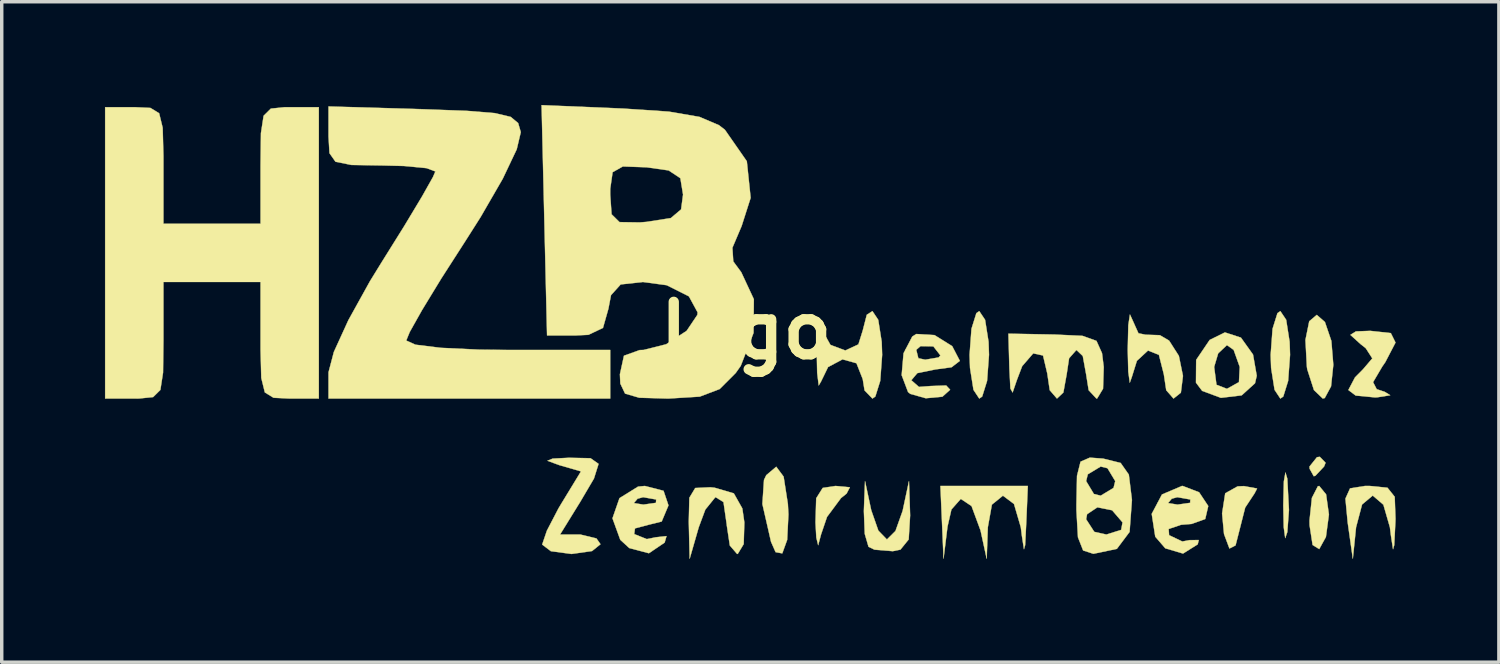
<source format=kicad_pcb>
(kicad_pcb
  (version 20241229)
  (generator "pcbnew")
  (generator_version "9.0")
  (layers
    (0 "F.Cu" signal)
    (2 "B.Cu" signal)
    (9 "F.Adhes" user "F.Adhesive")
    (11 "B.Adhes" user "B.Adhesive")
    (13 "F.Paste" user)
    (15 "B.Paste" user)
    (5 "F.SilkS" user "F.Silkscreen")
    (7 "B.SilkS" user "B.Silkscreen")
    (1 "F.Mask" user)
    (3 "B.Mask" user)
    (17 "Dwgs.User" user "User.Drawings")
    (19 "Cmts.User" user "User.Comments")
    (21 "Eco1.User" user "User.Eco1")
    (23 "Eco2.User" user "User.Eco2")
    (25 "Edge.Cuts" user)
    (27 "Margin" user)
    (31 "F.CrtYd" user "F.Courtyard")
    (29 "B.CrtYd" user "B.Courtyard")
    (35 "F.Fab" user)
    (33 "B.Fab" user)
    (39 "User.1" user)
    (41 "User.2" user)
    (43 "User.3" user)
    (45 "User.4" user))
  (footprint "logo"
    (layer "F.Cu")
    (at 18.632 6.555)
    (property "Reference" "logo" (at 0 0 0) (layer "F.SilkS") (effects (font (size 1.524 1.524) (thickness 0.3))))
    (attr through_hole)
    (fp_poly (pts (xy 15.724 4.304) (xy 15.772 5.215) (xy 15.724 5.856) (xy 15.663 6.031) (xy 15.62 5.711) (xy 15.607 5.08) (xy 15.624 4.383) (xy 15.67 4.122) (xy 15.724 4.304)) (stroke (width 0.01) (type solid)) (fill yes) (layer "F.SilkS"))
    (fp_poly (pts (xy 16.836 3.842) (xy 16.792 3.951) (xy 16.539 4.22) (xy 16.493 4.233) (xy 16.372 4.015) (xy 16.369 3.951) (xy 16.586 3.68) (xy 16.668 3.669) (xy 16.836 3.842)) (stroke (width 0.01) (type solid)) (fill yes) (layer "F.SilkS"))
    (fp_poly (pts (xy 16.851 4.76) (xy 16.933 5.346) (xy 16.846 5.997) (xy 16.651 6.35) (xy 16.459 6.231) (xy 16.371 5.656) (xy 16.369 5.52) (xy 16.439 4.861) (xy 16.611 4.526) (xy 16.651 4.516) (xy 16.851 4.76)) (stroke (width 0.01) (type solid)) (fill yes) (layer "F.SilkS"))
    (fp_poly (pts (xy 1.088 4.245) (xy 1.212 5.04) (xy 1.228 5.343) (xy 1.191 6.082) (xy 1.049 6.475) (xy 0.855 6.439) (xy 0.722 6.138) (xy 0.471 5.041) (xy 0.518 4.339) (xy 0.584 4.202) (xy 0.874 3.957) (xy 1.088 4.245)) (stroke (width 0.01) (type solid)) (fill yes) (layer "F.SilkS"))
    (fp_poly (pts (xy 3.013 4.554) (xy 2.918 4.737) (xy 2.755 4.868) (xy 2.349 5.415) (xy 2.175 5.927) (xy 2.092 6.238) (xy 2.038 6.013) (xy 2.014 5.574) (xy 2.035 4.873) (xy 2.224 4.573) (xy 2.594 4.516) (xy 3.013 4.554)) (stroke (width 0.01) (type solid)) (fill yes) (layer "F.SilkS"))
    (fp_poly (pts (xy 6.942 -0.312) (xy 7.043 0.326) (xy 7.056 0.706) (xy 7 1.463) (xy 6.858 1.917) (xy 6.773 1.976) (xy 6.605 1.723) (xy 6.504 1.085) (xy 6.491 0.706) (xy 6.547 -0.052) (xy 6.689 -0.506) (xy 6.773 -0.564) (xy 6.942 -0.312)) (stroke (width 0.01) (type solid)) (fill yes) (layer "F.SilkS"))
    (fp_poly (pts (xy 14.846 4.59) (xy 14.772 4.732) (xy 14.5 5.144) (xy 14.348 5.743) (xy 14.22 6.243) (xy 14.044 6.333) (xy 14.041 6.33) (xy 13.885 5.913) (xy 13.829 5.315) (xy 13.92 4.728) (xy 14.279 4.528) (xy 14.464 4.52) (xy 14.846 4.59)) (stroke (width 0.01) (type solid)) (fill yes) (layer "F.SilkS"))
    (fp_poly (pts (xy 15.691 -0.312) (xy 15.791 0.326) (xy 15.804 0.706) (xy 15.748 1.463) (xy 15.607 1.917) (xy 15.522 1.976) (xy 15.354 1.723) (xy 15.253 1.085) (xy 15.24 0.706) (xy 15.296 -0.052) (xy 15.438 -0.506) (xy 15.522 -0.564) (xy 15.691 -0.312)) (stroke (width 0.01) (type solid)) (fill yes) (layer "F.SilkS"))
    (fp_poly (pts (xy 16.817 -0.248) (xy 17.004 0.301) (xy 17.061 0.997) (xy 16.995 1.622) (xy 16.812 1.961) (xy 16.754 1.975) (xy 16.498 1.729) (xy 16.304 1.128) (xy 16.293 1.058) (xy 16.251 0.272) (xy 16.361 -0.27) (xy 16.58 -0.455) (xy 16.817 -0.248)) (stroke (width 0.01) (type solid)) (fill yes) (layer "F.SilkS"))
    (fp_poly (pts (xy 4.764 5.373) (xy 4.722 6.07) (xy 4.482 6.366) (xy 4.261 6.411) (xy 3.729 6.367) (xy 3.555 6.283) (xy 3.446 5.909) (xy 3.42 5.245) (xy 3.453 4.374) (xy 3.634 5.221) (xy 3.841 5.814) (xy 4.087 6.068) (xy 4.092 6.068) (xy 4.338 5.824) (xy 4.547 5.237) (xy 4.55 5.221) (xy 4.731 4.374) (xy 4.764 5.373)) (stroke (width 0.01) (type solid)) (fill yes) (layer "F.SilkS"))
    (fp_poly (pts (xy -0.917 4.567) (xy -0.359 4.731) (xy -0.112 5.169) (xy -0.053 5.574) (xy -0.072 6.205) (xy -0.244 6.489) (xy -0.264 6.491) (xy -0.475 6.246) (xy -0.564 5.655) (xy -0.564 5.644) (xy -0.659 4.984) (xy -0.893 4.839) (xy -1.187 5.202) (xy -1.378 5.715) (xy -1.642 6.632) (xy -1.668 5.555) (xy -1.651 4.859) (xy -1.48 4.575) (xy -1.041 4.554) (xy -0.917 4.567)) (stroke (width 0.01) (type solid)) (fill yes) (layer "F.SilkS"))
    (fp_poly (pts (xy 8.139 5.574) (xy 8.106 6.235) (xy 8.072 6.355) (xy 8.01 5.954) (xy 7.98 5.715) (xy 7.782 5.039) (xy 7.461 4.798) (xy 7.14 5.058) (xy 7.022 5.715) (xy 6.989 6.632) (xy 6.81 5.809) (xy 6.548 5.099) (xy 6.236 4.892) (xy 5.964 5.199) (xy 5.85 5.698) (xy 5.735 6.632) (xy 5.69 5.574) (xy 5.644 4.516) (xy 8.184 4.516) (xy 8.139 5.574)) (stroke (width 0.01) (type solid)) (fill yes) (layer "F.SilkS"))
    (fp_poly (pts (xy 18.635 4.567) (xy 18.845 4.831) (xy 18.868 5.473) (xy 18.864 5.574) (xy 18.831 6.235) (xy 18.796 6.355) (xy 18.735 5.954) (xy 18.705 5.715) (xy 18.516 5.061) (xy 18.21 4.798) (xy 18.203 4.798) (xy 17.897 5.053) (xy 17.722 5.715) (xy 17.628 6.632) (xy 17.478 5.574) (xy 17.413 4.884) (xy 17.547 4.586) (xy 17.98 4.516) (xy 18.119 4.516) (xy 18.635 4.567)) (stroke (width 0.01) (type solid)) (fill yes) (layer "F.SilkS"))
    (fp_poly (pts (xy 11.206 -0.349) (xy 11.398 0.079) (xy 11.604 0.121) (xy 12.022 0.135) (xy 12.289 0.292) (xy 12.573 0.736) (xy 12.692 1.318) (xy 12.631 1.806) (xy 12.418 1.976) (xy 12.206 1.734) (xy 12.136 1.27) (xy 11.993 0.706) (xy 11.677 0.58) (xy 11.353 0.88) (xy 11.209 1.341) (xy 11.147 1.516) (xy 11.103 1.195) (xy 11.087 0.564) (xy 11.104 -0.157) (xy 11.151 -0.468) (xy 11.206 -0.349)) (stroke (width 0.01) (type solid)) (fill yes) (layer "F.SilkS"))
    (fp_poly (pts (xy 18.732 0.074) (xy 18.868 0.349) (xy 18.57 0.921) (xy 18.484 1.045) (xy 18.216 1.5) (xy 18.322 1.704) (xy 18.555 1.781) (xy 18.715 1.88) (xy 18.338 1.94) (xy 18.274 1.943) (xy 17.711 1.889) (xy 17.498 1.728) (xy 17.691 1.361) (xy 17.924 1.126) (xy 18.194 0.809) (xy 18.005 0.515) (xy 17.854 0.395) (xy 17.557 0.126) (xy 17.717 0.025) (xy 18.133 0.009) (xy 18.732 0.074)) (stroke (width 0.01) (type solid)) (fill yes) (layer "F.SilkS"))
    (fp_poly (pts (xy -4.522 3.71) (xy -4.289 3.874) (xy -4.423 4.3) (xy -4.821 4.976) (xy -5.408 5.927) (xy -4.821 5.927) (xy -4.35 6.041) (xy -4.233 6.209) (xy -4.479 6.407) (xy -5.069 6.491) (xy -5.08 6.491) (xy -5.675 6.411) (xy -5.927 6.219) (xy -5.927 6.216) (xy -5.79 5.813) (xy -5.454 5.168) (xy -5.363 5.016) (xy -4.8 4.092) (xy -5.434 3.909) (xy -5.775 3.784) (xy -5.622 3.721) (xy -5.151 3.697) (xy -4.522 3.71)) (stroke (width 0.01) (type solid)) (fill yes) (layer "F.SilkS"))
    (fp_poly (pts (xy 14.376 0.205) (xy 14.728 0.698) (xy 14.836 1.313) (xy 14.785 1.532) (xy 14.398 1.883) (xy 13.795 1.955) (xy 13.25 1.753) (xy 13.07 1.514) (xy 13.074 1.058) (xy 13.598 1.058) (xy 13.666 1.576) (xy 13.97 1.693) (xy 14.319 1.499) (xy 14.342 1.058) (xy 14.165 0.562) (xy 13.97 0.423) (xy 13.715 0.663) (xy 13.598 1.058) (xy 13.074 1.058) (xy 13.076 0.852) (xy 13.468 0.273) (xy 13.911 0.054) (xy 14.376 0.205)) (stroke (width 0.01) (type solid)) (fill yes) (layer "F.SilkS"))
    (fp_poly (pts (xy 3.837 -0.312) (xy 3.938 0.326) (xy 3.951 0.706) (xy 3.895 1.463) (xy 3.753 1.917) (xy 3.669 1.976) (xy 3.44 1.739) (xy 3.387 1.411) (xy 3.205 0.95) (xy 2.799 0.837) (xy 2.38 1.06) (xy 2.175 1.482) (xy 2.108 1.597) (xy 2.063 1.229) (xy 2.052 0.706) (xy 2.073 0.037) (xy 2.124 -0.206) (xy 2.175 -0.071) (xy 2.449 0.417) (xy 2.881 0.579) (xy 3.261 0.402) (xy 3.387 0) (xy 3.505 -0.459) (xy 3.669 -0.564) (xy 3.837 -0.312)) (stroke (width 0.01) (type solid)) (fill yes) (layer "F.SilkS"))
    (fp_poly (pts (xy -2.401 4.656) (xy -2.258 5.08) (xy -2.455 5.549) (xy -2.839 5.644) (xy -3.232 5.749) (xy -3.253 5.914) (xy -2.888 6.06) (xy -2.626 6.007) (xy -2.315 5.973) (xy -2.369 6.161) (xy -2.827 6.471) (xy -3.397 6.32) (xy -3.658 6.081) (xy -3.885 5.456) (xy -3.731 5.013) (xy -3.264 5.013) (xy -2.987 5.058) (xy -2.621 5.006) (xy -2.616 4.909) (xy -2.994 4.842) (xy -3.157 4.887) (xy -3.264 5.013) (xy -3.731 5.013) (xy -3.681 4.87) (xy -3.142 4.535) (xy -2.944 4.516) (xy -2.401 4.656)) (stroke (width 0.01) (type solid)) (fill yes) (layer "F.SilkS"))
    (fp_poly (pts (xy 8.961 0.116) (xy 9.772 0.154) (xy 10.179 0.3) (xy 10.34 0.658) (xy 10.39 1.058) (xy 10.37 1.69) (xy 10.198 1.974) (xy 10.178 1.976) (xy 9.952 1.734) (xy 9.878 1.27) (xy 9.781 0.74) (xy 9.596 0.564) (xy 9.383 0.806) (xy 9.313 1.27) (xy 9.217 1.8) (xy 9.031 1.976) (xy 8.821 1.733) (xy 8.749 1.246) (xy 8.626 0.725) (xy 8.341 0.663) (xy 8.02 1.034) (xy 7.868 1.432) (xy 7.742 1.8) (xy 7.678 1.685) (xy 7.648 1.104) (xy 7.62 0.091) (xy 8.961 0.116)) (stroke (width 0.01) (type solid)) (fill yes) (layer "F.SilkS"))
    (fp_poly (pts (xy 13.161 4.699) (xy 13.427 5.099) (xy 13.339 5.476) (xy 12.944 5.619) (xy 12.636 5.644) (xy 12.276 5.766) (xy 12.289 5.946) (xy 12.673 6.129) (xy 12.884 6.09) (xy 13.151 6.087) (xy 13.121 6.212) (xy 12.694 6.48) (xy 12.178 6.327) (xy 11.887 5.99) (xy 11.784 5.327) (xy 11.95 5.013) (xy 12.258 5.013) (xy 12.535 5.058) (xy 12.901 5.006) (xy 12.906 4.909) (xy 12.528 4.842) (xy 12.365 4.887) (xy 12.258 5.013) (xy 11.95 5.013) (xy 12.082 4.763) (xy 12.663 4.516) (xy 12.684 4.516) (xy 13.161 4.699)) (stroke (width 0.01) (type solid)) (fill yes) (layer "F.SilkS"))
    (fp_poly (pts (xy 5.472 0.132) (xy 5.987 0.454) (xy 6.209 0.881) (xy 5.967 1.067) (xy 5.503 1.129) (xy 4.973 1.237) (xy 4.798 1.444) (xy 5.021 1.638) (xy 5.362 1.612) (xy 5.812 1.596) (xy 5.927 1.72) (xy 5.702 1.922) (xy 5.219 1.967) (xy 4.769 1.84) (xy 4.704 1.787) (xy 4.518 1.296) (xy 4.573 0.659) (xy 4.625 0.56) (xy 4.942 0.56) (xy 5.003 0.805) (xy 5.204 0.847) (xy 5.592 0.781) (xy 5.644 0.722) (xy 5.438 0.459) (xy 5.066 0.453) (xy 4.942 0.56) (xy 4.625 0.56) (xy 4.826 0.175) (xy 4.942 0.101) (xy 5.472 0.132)) (stroke (width 0.01) (type solid)) (fill yes) (layer "F.SilkS"))
    (fp_poly (pts (xy -17.311 -6.469) (xy -17.058 -6.314) (xy -16.955 -5.892) (xy -16.933 -5.072) (xy -16.933 -4.798) (xy -16.933 -3.104) (xy -14.111 -3.104) (xy -14.111 -4.798) (xy -14.1 -5.735) (xy -14.022 -6.241) (xy -13.812 -6.449) (xy -13.402 -6.491) (xy -13.264 -6.491) (xy -12.418 -6.491) (xy -12.418 1.976) (xy -13.264 1.976) (xy -13.733 1.953) (xy -13.986 1.798) (xy -14.09 1.377) (xy -14.111 0.556) (xy -14.111 0.282) (xy -14.111 -1.411) (xy -16.933 -1.411) (xy -16.933 0.282) (xy -16.944 1.22) (xy -17.022 1.725) (xy -17.233 1.933) (xy -17.643 1.975) (xy -17.78 1.976) (xy -18.627 1.976) (xy -18.627 -6.491) (xy -17.78 -6.491) (xy -17.311 -6.469)) (stroke (width 0.01) (type solid)) (fill yes) (layer "F.SilkS"))
    (fp_poly (pts (xy 10.372 3.721) (xy 10.881 3.847) (xy 11.119 4.186) (xy 11.208 4.911) (xy 11.209 4.928) (xy 11.141 5.851) (xy 10.771 6.344) (xy 10.089 6.487) (xy 9.791 6.39) (xy 9.641 6.008) (xy 9.611 5.483) (xy 9.878 5.483) (xy 10.115 5.849) (xy 10.466 5.927) (xy 10.896 5.792) (xy 10.936 5.574) (xy 10.633 5.222) (xy 10.206 5.136) (xy 9.906 5.336) (xy 9.878 5.483) (xy 9.611 5.483) (xy 9.596 5.21) (xy 9.596 5.061) (xy 9.61 4.374) (xy 9.878 4.374) (xy 10.104 4.749) (xy 10.301 4.798) (xy 10.675 4.572) (xy 10.724 4.374) (xy 10.499 4) (xy 10.301 3.951) (xy 9.927 4.177) (xy 9.878 4.374) (xy 9.61 4.374) (xy 9.613 4.221) (xy 9.716 3.81) (xy 9.985 3.693) (xy 10.372 3.721)) (stroke (width 0.01) (type solid)) (fill yes) (layer "F.SilkS"))
    (fp_poly (pts (xy -9.384 -6.431) (xy -8.114 -6.384) (xy -7.303 -6.318) (xy -6.842 -6.208) (xy -6.626 -6.028) (xy -6.549 -5.766) (xy -6.667 -5.267) (xy -7.073 -4.412) (xy -7.715 -3.301) (xy -8.171 -2.583) (xy -8.862 -1.508) (xy -9.418 -0.596) (xy -9.777 0.043) (xy -9.878 0.29) (xy -9.611 0.411) (xy -8.874 0.502) (xy -7.758 0.555) (xy -6.914 0.564) (xy -3.951 0.564) (xy -3.951 1.976) (xy -12.136 1.976) (xy -12.136 1.212) (xy -11.981 0.622) (xy -11.559 -0.302) (xy -10.93 -1.437) (xy -10.583 -2) (xy -9.936 -3.036) (xy -9.421 -3.892) (xy -9.103 -4.457) (xy -9.031 -4.623) (xy -9.286 -4.719) (xy -9.945 -4.782) (xy -10.583 -4.798) (xy -11.471 -4.812) (xy -11.933 -4.905) (xy -12.108 -5.154) (xy -12.136 -5.635) (xy -12.136 -5.655) (xy -12.136 -6.512) (xy -9.384 -6.431)) (stroke (width 0.01) (type solid)) (fill yes) (layer "F.SilkS"))
    (fp_poly (pts (xy -3.566 -6.45) (xy -2.242 -6.361) (xy -1.358 -6.209) (xy -0.792 -5.968) (xy -0.619 -5.835) (xy 0.019 -4.919) (xy 0.13 -3.856) (xy -0.132 -3.037) (xy -0.4 -2.406) (xy -0.375 -2.009) (xy -0.143 -1.695) (xy 0.223 -0.91) (xy 0.214 0.069) (xy -0.157 1.025) (xy -0.303 1.232) (xy -0.771 1.7) (xy -1.349 1.92) (xy -2.26 1.976) (xy -2.278 1.976) (xy -3.108 1.952) (xy -3.519 1.832) (xy -3.657 1.541) (xy -3.669 1.27) (xy -3.551 0.731) (xy -3.093 0.567) (xy -2.983 0.564) (xy -2.326 0.399) (xy -1.729 0.007) (xy -1.419 -0.454) (xy -1.411 -0.528) (xy -1.664 -0.994) (xy -2.31 -1.318) (xy -3.001 -1.411) (xy -3.647 -1.34) (xy -3.928 -1.028) (xy -4.003 -0.635) (xy -4.161 -0.077) (xy -4.583 0.124) (xy -4.939 0.141) (xy -5.786 0.141) (xy -5.883 -3.951) (xy -3.951 -3.951) (xy -3.911 -3.379) (xy -3.68 -3.151) (xy -3.093 -3.142) (xy -2.893 -3.158) (xy -2.19 -3.268) (xy -1.891 -3.52) (xy -1.834 -3.951) (xy -1.912 -4.426) (xy -2.253 -4.653) (xy -2.893 -4.744) (xy -3.584 -4.768) (xy -3.881 -4.601) (xy -3.95 -4.118) (xy -3.951 -3.951) (xy -5.883 -3.951) (xy -5.945 -6.55) (xy -3.566 -6.45)) (stroke (width 0.01) (type solid)) (fill yes) (layer "F.SilkS")))
  (gr_rect
    (start -3 -3)
    (end 40.504 16.192)
    (stroke (width 0.1) (type default))
    (fill no)
    (layer "Edge.Cuts")))
</source>
